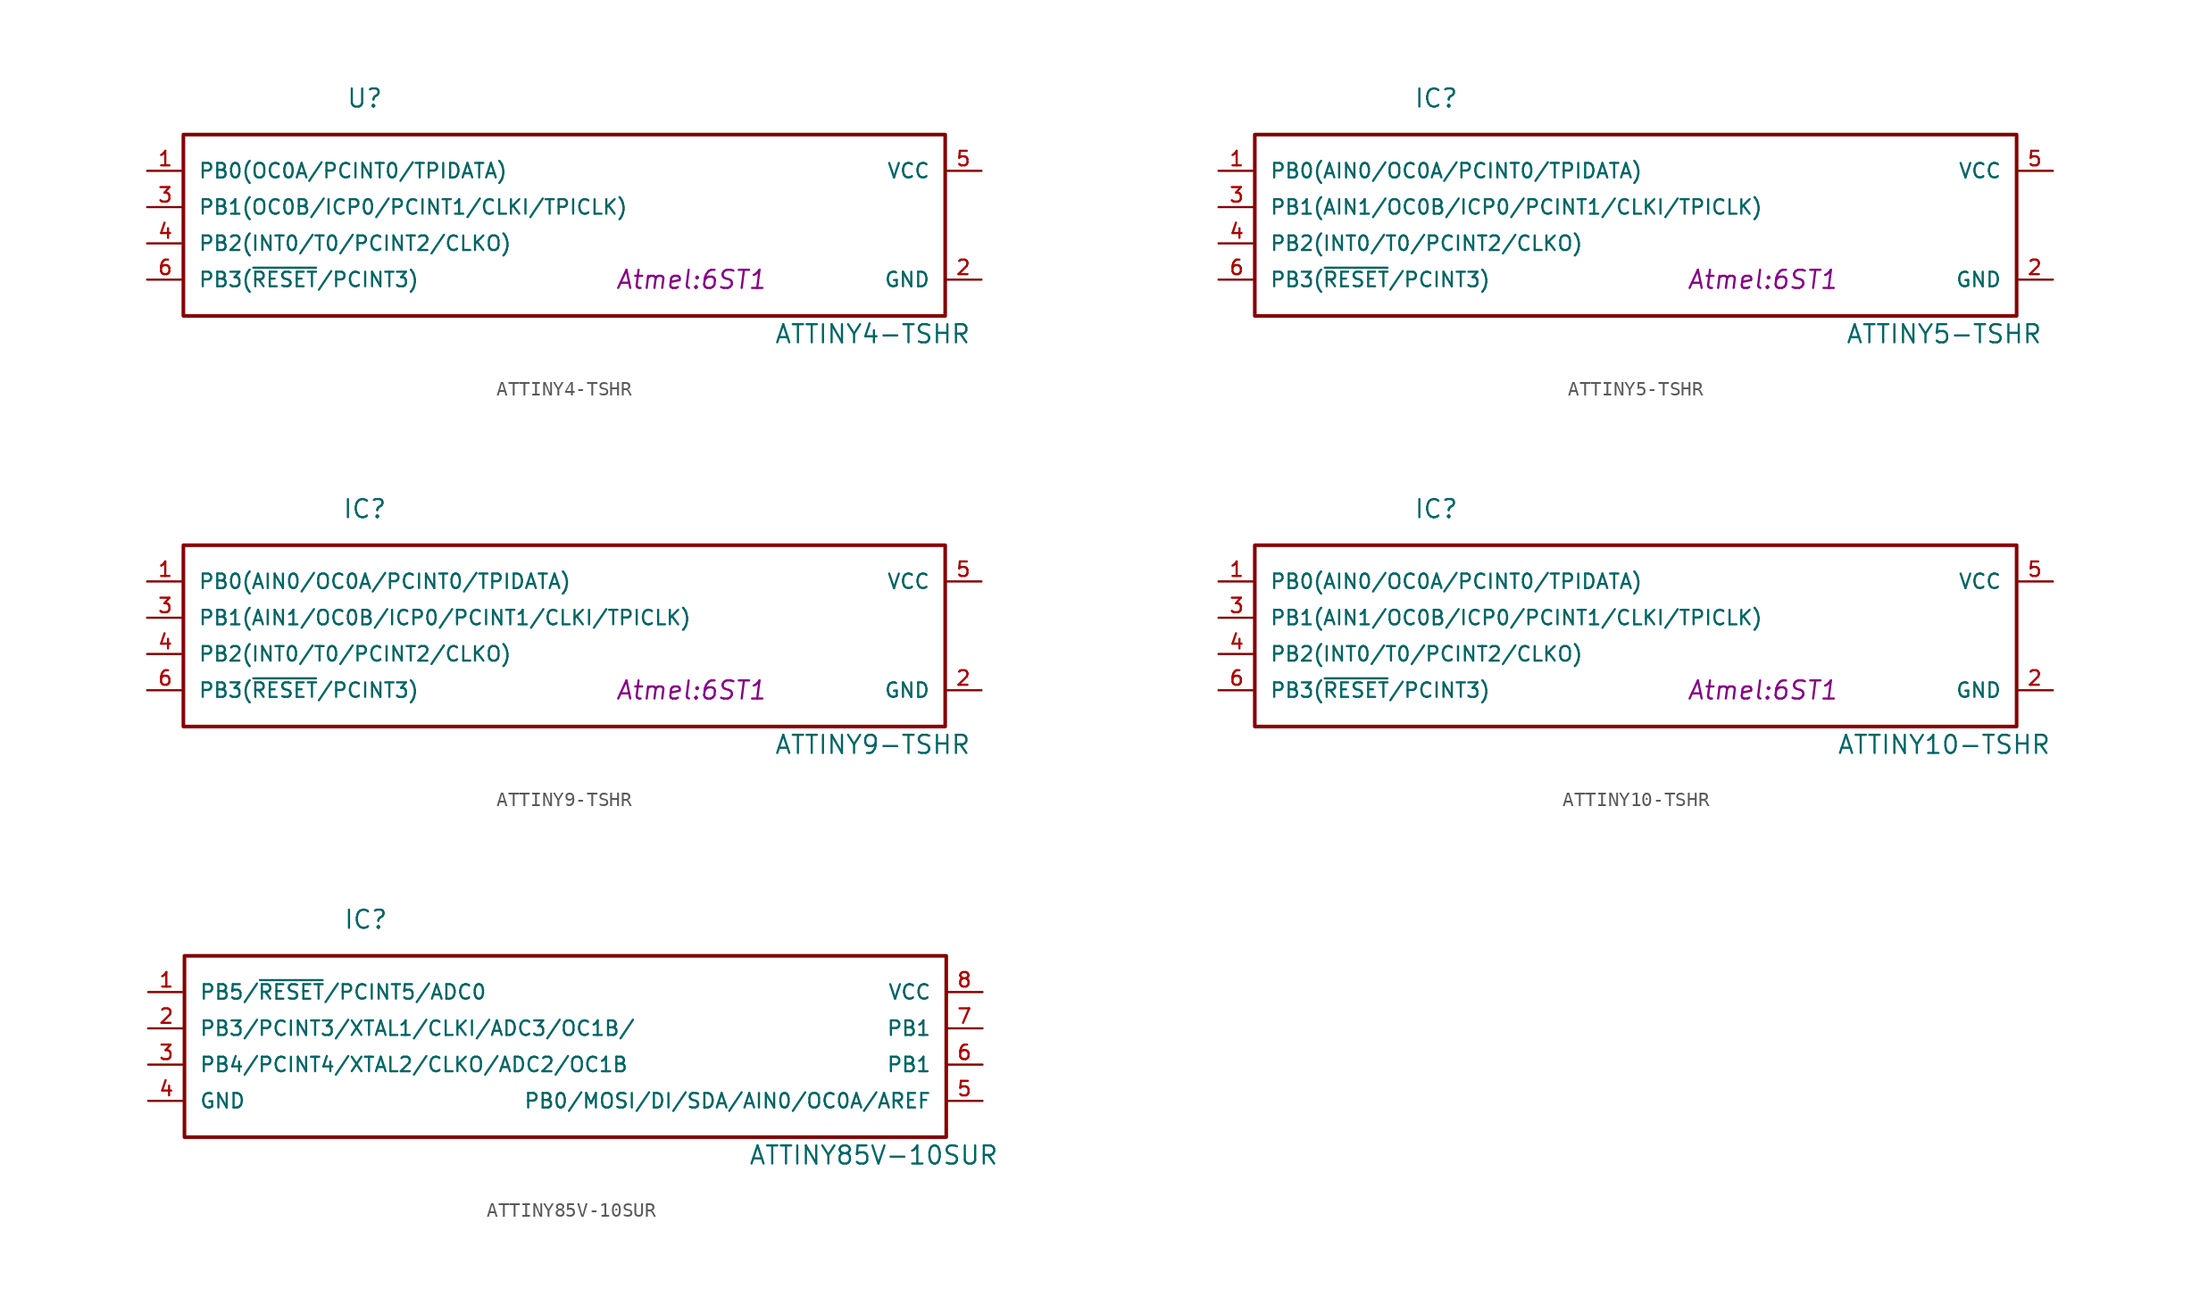
<source format=kicad_sym>
(kicad_symbol_lib
  (version 20220914)
  (generator kicad_symbol_editor)
  (symbol "ATTINY4-TSHR"
    (pin_names
      (offset 1.016))
    (property "Reference" "U"
      (at 12.7 15.24 0)
      (effects (font (size 1.27 1.27))))
    (property "Value" "ATTINY4-TSHR"
      (at 48.26 -1.27 0)
      (effects (font (size 1.27 1.27))))
    (property "Footprint" "Atmel:6ST1"
      (at 35.56 2.54 0)
      (effects (font (size 1.27 1.27) italic)))
    (symbol "ATTINY4-TSHR_0_1"
      (rectangle (start 0 12.7) (end 53.34 0) (stroke (width 0.254) (type solid)) (fill (type none))))
    (symbol "ATTINY4-TSHR_1_1"
      (pin bidirectional line (at -2.54 10.16 0) (length 2.54) (name "PB0(OC0A/PCINT0/TPIDATA)" (effects (font (size 1.016 1.016)))) (number "1" (effects (font (size 1.016 1.016)))))
      (pin power_in line (at 55.88 2.54 180) (length 2.54) (name "GND" (effects (font (size 1.016 1.016)))) (number "2" (effects (font (size 1.016 1.016)))))
      (pin bidirectional line (at -2.54 7.62 0) (length 2.54) (name "PB1(OC0B/ICP0/PCINT1/CLKI/TPICLK)" (effects (font (size 1.016 1.016)))) (number "3" (effects (font (size 1.016 1.016)))))
      (pin bidirectional line (at -2.54 5.08 0) (length 2.54) (name "PB2(INT0/T0/PCINT2/CLKO)" (effects (font (size 1.016 1.016)))) (number "4" (effects (font (size 1.016 1.016)))))
      (pin power_in line (at 55.88 10.16 180) (length 2.54) (name "VCC" (effects (font (size 1.016 1.016)))) (number "5" (effects (font (size 1.016 1.016)))))
      (pin bidirectional line (at -2.54 2.54 0) (length 2.54) (name "PB3(~{RESET}/PCINT3)" (effects (font (size 1.016 1.016)))) (number "6" (effects (font (size 1.016 1.016)))))))
  (symbol "ATTINY5-TSHR"
    (pin_names
      (offset 1.016))
    (property "Reference" "IC"
      (at 12.7 15.24 0)
      (effects (font (size 1.27 1.27))))
    (property "Value" "ATTINY5-TSHR"
      (at 48.26 -1.27 0)
      (effects (font (size 1.27 1.27))))
    (property "Footprint" "Atmel:6ST1"
      (at 35.56 2.54 0)
      (effects (font (size 1.27 1.27) italic)))
    (symbol "ATTINY5-TSHR_0_1"
      (rectangle (start 0 12.7) (end 53.34 0) (stroke (width 0.254) (type solid)) (fill (type none))))
    (symbol "ATTINY5-TSHR_1_1"
      (pin bidirectional line (at -2.54 10.16 0) (length 2.54) (name "PB0(AIN0/OC0A/PCINT0/TPIDATA)" (effects (font (size 1.016 1.016)))) (number "1" (effects (font (size 1.016 1.016)))))
      (pin power_in line (at 55.88 2.54 180) (length 2.54) (name "GND" (effects (font (size 1.016 1.016)))) (number "2" (effects (font (size 1.016 1.016)))))
      (pin bidirectional line (at -2.54 7.62 0) (length 2.54) (name "PB1(AIN1/OC0B/ICP0/PCINT1/CLKI/TPICLK)" (effects (font (size 1.016 1.016)))) (number "3" (effects (font (size 1.016 1.016)))))
      (pin bidirectional line (at -2.54 5.08 0) (length 2.54) (name "PB2(INT0/T0/PCINT2/CLKO)" (effects (font (size 1.016 1.016)))) (number "4" (effects (font (size 1.016 1.016)))))
      (pin power_in line (at 55.88 10.16 180) (length 2.54) (name "VCC" (effects (font (size 1.016 1.016)))) (number "5" (effects (font (size 1.016 1.016)))))
      (pin bidirectional line (at -2.54 2.54 0) (length 2.54) (name "PB3(~{RESET}/PCINT3)" (effects (font (size 1.016 1.016)))) (number "6" (effects (font (size 1.016 1.016)))))))
  (symbol "ATTINY9-TSHR"
    (pin_names
      (offset 1.016))
    (property "Reference" "IC"
      (at 12.7 15.24 0)
      (effects (font (size 1.27 1.27))))
    (property "Value" "ATTINY9-TSHR"
      (at 48.26 -1.27 0)
      (effects (font (size 1.27 1.27))))
    (property "Footprint" "Atmel:6ST1"
      (at 35.56 2.54 0)
      (effects (font (size 1.27 1.27) italic)))
    (symbol "ATTINY9-TSHR_0_1"
      (rectangle (start 0 12.7) (end 53.34 0) (stroke (width 0.254) (type solid)) (fill (type none))))
    (symbol "ATTINY9-TSHR_1_1"
      (pin bidirectional line (at -2.54 10.16 0) (length 2.54) (name "PB0(AIN0/OC0A/PCINT0/TPIDATA)" (effects (font (size 1.016 1.016)))) (number "1" (effects (font (size 1.016 1.016)))))
      (pin power_in line (at 55.88 2.54 180) (length 2.54) (name "GND" (effects (font (size 1.016 1.016)))) (number "2" (effects (font (size 1.016 1.016)))))
      (pin bidirectional line (at -2.54 7.62 0) (length 2.54) (name "PB1(AIN1/OC0B/ICP0/PCINT1/CLKI/TPICLK)" (effects (font (size 1.016 1.016)))) (number "3" (effects (font (size 1.016 1.016)))))
      (pin bidirectional line (at -2.54 5.08 0) (length 2.54) (name "PB2(INT0/T0/PCINT2/CLKO)" (effects (font (size 1.016 1.016)))) (number "4" (effects (font (size 1.016 1.016)))))
      (pin power_in line (at 55.88 10.16 180) (length 2.54) (name "VCC" (effects (font (size 1.016 1.016)))) (number "5" (effects (font (size 1.016 1.016)))))
      (pin bidirectional line (at -2.54 2.54 0) (length 2.54) (name "PB3(~{RESET}/PCINT3)" (effects (font (size 1.016 1.016)))) (number "6" (effects (font (size 1.016 1.016)))))))
  (symbol "ATTINY10-TSHR"
    (pin_names
      (offset 1.016))
    (property "Reference" "IC"
      (at 12.7 15.24 0)
      (effects (font (size 1.27 1.27))))
    (property "Value" "ATTINY10-TSHR"
      (at 48.26 -1.27 0)
      (effects (font (size 1.27 1.27))))
    (property "Footprint" "Atmel:6ST1"
      (at 35.56 2.54 0)
      (effects (font (size 1.27 1.27) italic)))
    (symbol "ATTINY10-TSHR_0_1"
      (rectangle (start 0 12.7) (end 53.34 0) (stroke (width 0.254) (type solid)) (fill (type none))))
    (symbol "ATTINY10-TSHR_1_1"
      (pin bidirectional line (at -2.54 10.16 0) (length 2.54) (name "PB0(AIN0/OC0A/PCINT0/TPIDATA)" (effects (font (size 1.016 1.016)))) (number "1" (effects (font (size 1.016 1.016)))))
      (pin power_in line (at 55.88 2.54 180) (length 2.54) (name "GND" (effects (font (size 1.016 1.016)))) (number "2" (effects (font (size 1.016 1.016)))))
      (pin bidirectional line (at -2.54 7.62 0) (length 2.54) (name "PB1(AIN1/OC0B/ICP0/PCINT1/CLKI/TPICLK)" (effects (font (size 1.016 1.016)))) (number "3" (effects (font (size 1.016 1.016)))))
      (pin bidirectional line (at -2.54 5.08 0) (length 2.54) (name "PB2(INT0/T0/PCINT2/CLKO)" (effects (font (size 1.016 1.016)))) (number "4" (effects (font (size 1.016 1.016)))))
      (pin power_in line (at 55.88 10.16 180) (length 2.54) (name "VCC" (effects (font (size 1.016 1.016)))) (number "5" (effects (font (size 1.016 1.016)))))
      (pin bidirectional line (at -2.54 2.54 0) (length 2.54) (name "PB3(~{RESET}/PCINT3)" (effects (font (size 1.016 1.016)))) (number "6" (effects (font (size 1.016 1.016)))))))
  (symbol "ATTINY85V-10SUR"
    (pin_names
      (offset 1.016))
    (property "Reference" "IC"
      (at 12.7 15.24 0)
      (effects (font (size 1.27 1.27))))
    (property "Value" "ATTINY85V-10SUR"
      (at 48.26 -1.27 0)
      (effects (font (size 1.27 1.27))))
    (symbol "ATTINY85V-10SUR_0_1"
      (rectangle (start 0 12.7) (end 53.34 0) (stroke (width 0.254) (type solid)) (fill (type none))))
    (symbol "ATTINY85V-10SUR_1_1"
      (pin bidirectional line (at -2.54 10.16 0) (length 2.54) (name "PB5/~{RESET}/PCINT5/ADC0" (effects (font (size 1.016 1.016)))) (number "1" (effects (font (size 1.016 1.016)))))
      (pin bidirectional line (at -2.54 7.62 0) (length 2.54) (name "PB3/PCINT3/XTAL1/CLKI/ADC3/OC1B/" (effects (font (size 1.016 1.016)))) (number "2" (effects (font (size 1.016 1.016)))))
      (pin bidirectional line (at -2.54 5.08 0) (length 2.54) (name "PB4/PCINT4/XTAL2/CLKO/ADC2/OC1B" (effects (font (size 1.016 1.016)))) (number "3" (effects (font (size 1.016 1.016)))))
      (pin power_in line (at -2.54 2.54 0) (length 2.54) (name "GND" (effects (font (size 1.016 1.016)))) (number "4" (effects (font (size 1.016 1.016)))))
      (pin bidirectional line (at 55.88 2.54 180) (length 2.54) (name "PB0/MOSI/DI/SDA/AIN0/OC0A/AREF" (effects (font (size 1.016 1.016)))) (number "5" (effects (font (size 1.016 1.016)))))
      (pin bidirectional line (at 55.88 5.08 180) (length 2.54) (name "PB1" (effects (font (size 1.016 1.016)))) (number "6" (effects (font (size 1.016 1.016)))))
      (pin bidirectional line (at 55.88 7.62 180) (length 2.54) (name "PB1" (effects (font (size 1.016 1.016)))) (number "7" (effects (font (size 1.016 1.016)))))
      (pin power_in line (at 55.88 10.16 180) (length 2.54) (name "VCC" (effects (font (size 1.016 1.016)))) (number "8" (effects (font (size 1.016 1.016))))))))
</source>
